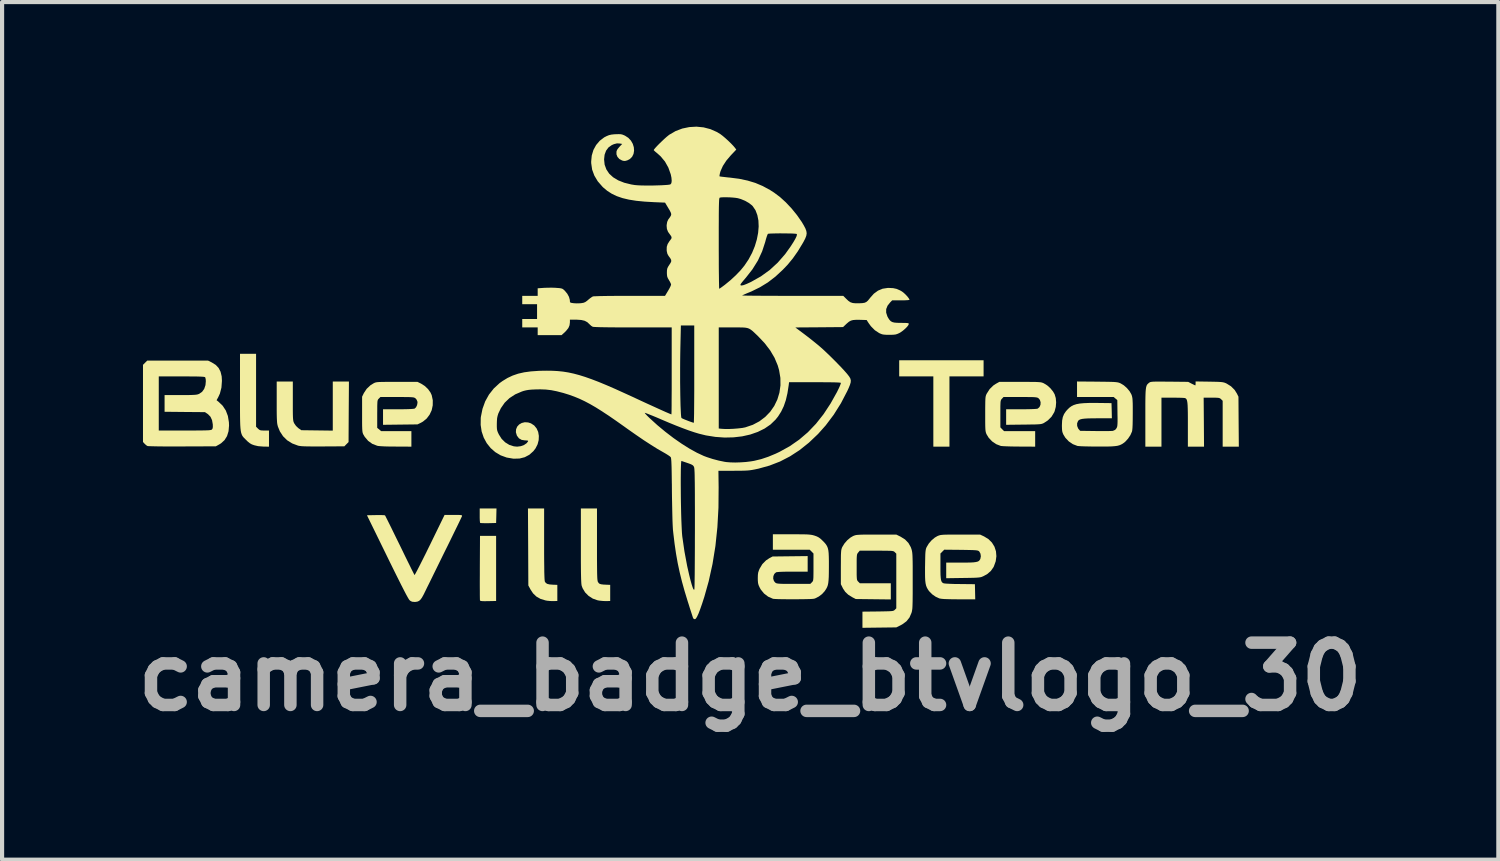
<source format=kicad_pcb>
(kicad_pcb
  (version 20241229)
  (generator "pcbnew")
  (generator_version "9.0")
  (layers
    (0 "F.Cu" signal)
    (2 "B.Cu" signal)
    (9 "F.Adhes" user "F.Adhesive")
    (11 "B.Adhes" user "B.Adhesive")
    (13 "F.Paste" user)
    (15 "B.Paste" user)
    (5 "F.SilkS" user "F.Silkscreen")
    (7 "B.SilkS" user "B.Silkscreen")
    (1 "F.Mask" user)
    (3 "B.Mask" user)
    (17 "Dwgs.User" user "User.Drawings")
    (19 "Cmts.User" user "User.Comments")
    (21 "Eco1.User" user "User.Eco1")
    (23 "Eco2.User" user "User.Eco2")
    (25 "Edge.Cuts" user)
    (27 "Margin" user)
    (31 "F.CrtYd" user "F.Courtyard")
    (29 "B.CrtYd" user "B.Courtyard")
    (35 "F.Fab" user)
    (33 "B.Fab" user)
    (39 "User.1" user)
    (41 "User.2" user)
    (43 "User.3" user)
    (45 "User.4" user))
  (footprint "camera_badge_btvlogo_30"
    (layer "F.Cu")
    (at 13.714 6.246)
    (property "Reference" "camera_badge_btvlogo_30" (at 1.3 7 0) (layer "F.Fab") (effects (font (size 1.5 1.5) (thickness 0.3))))
    (attr board_only exclude_from_pos_files exclude_from_bom)
    (fp_poly (pts (xy -4.813 3.123) (xy -4.818 3.297) (xy -5.005 3.302) (xy -5.078 3.302) (xy -5.14 3.301) (xy -5.183 3.299) (xy -5.203 3.295) (xy -5.203 3.295) (xy -5.207 3.276) (xy -5.211 3.233) (xy -5.213 3.172) (xy -5.213 3.116) (xy -5.213 2.948) (xy -5.011 2.948) (xy -4.809 2.948)) (stroke (width 0) (type solid)) (fill yes) (layer "F.SilkS"))
    (fp_poly (pts (xy 6.92 -0.427) (xy 6.92 -0.233) (xy 6.509 -0.233) (xy 6.098 -0.233) (xy 6.098 0.613) (xy 6.098 1.459) (xy 5.904 1.459) (xy 5.71 1.459) (xy 5.71 0.613) (xy 5.71 -0.233) (xy 5.299 -0.233) (xy 4.888 -0.233) (xy 4.888 -0.427) (xy 4.888 -0.621) (xy 5.904 -0.621) (xy 6.92 -0.621)) (stroke (width 0) (type solid)) (fill yes) (layer "F.SilkS"))
    (fp_poly (pts (xy -4.818 4.391) (xy -4.818 5.175) (xy -5.008 5.179) (xy -5.094 5.18) (xy -5.152 5.179) (xy -5.188 5.174) (xy -5.204 5.166) (xy -5.206 5.163) (xy -5.208 5.144) (xy -5.209 5.097) (xy -5.21 5.026) (xy -5.21 4.932) (xy -5.211 4.819) (xy -5.211 4.691) (xy -5.21 4.55) (xy -5.21 4.399) (xy -5.21 4.376) (xy -5.206 3.608) (xy -5.012 3.608) (xy -4.818 3.608)) (stroke (width 0) (type solid)) (fill yes) (layer "F.SilkS"))
    (fp_poly (pts (xy -3.662 3.808) (xy -3.662 4.02) (xy -3.661 4.201) (xy -3.659 4.353) (xy -3.658 4.477) (xy -3.655 4.573) (xy -3.652 4.643) (xy -3.648 4.688) (xy -3.645 4.707) (xy -3.621 4.741) (xy -3.585 4.764) (xy -3.529 4.777) (xy -3.452 4.783) (xy -3.344 4.787) (xy -3.344 4.981) (xy -3.344 5.175) (xy -3.445 5.178) (xy -3.515 5.176) (xy -3.589 5.169) (xy -3.631 5.161) (xy -3.751 5.124) (xy -3.849 5.068) (xy -3.928 4.992) (xy -3.989 4.9) (xy -4.042 4.802) (xy -4.046 3.875) (xy -4.051 2.948) (xy -3.856 2.948) (xy -3.662 2.948)) (stroke (width 0) (type solid)) (fill yes) (layer "F.SilkS"))
    (fp_poly (pts (xy -10.598 0.102) (xy -10.598 0.98) (xy -10.552 1.025) (xy -10.525 1.049) (xy -10.499 1.063) (xy -10.462 1.069) (xy -10.406 1.071) (xy -10.397 1.071) (xy -10.287 1.071) (xy -10.287 1.265) (xy -10.287 1.459) (xy -10.415 1.458) (xy -10.549 1.447) (xy -10.643 1.425) (xy -10.701 1.404) (xy -10.748 1.377) (xy -10.797 1.338) (xy -10.839 1.297) (xy -10.868 1.268) (xy -10.893 1.243) (xy -10.914 1.218) (xy -10.932 1.191) (xy -10.946 1.159) (xy -10.958 1.121) (xy -10.967 1.073) (xy -10.974 1.013) (xy -10.979 0.939) (xy -10.982 0.848) (xy -10.984 0.738) (xy -10.985 0.606) (xy -10.985 0.449) (xy -10.985 0.266) (xy -10.985 0.129) (xy -10.985 -0.776) (xy -10.792 -0.776) (xy -10.598 -0.776)) (stroke (width 0) (type solid)) (fill yes) (layer "F.SilkS"))
    (fp_poly (pts (xy -2.389 3.81) (xy -2.389 3.999) (xy -2.389 4.159) (xy -2.388 4.294) (xy -2.387 4.404) (xy -2.386 4.493) (xy -2.384 4.564) (xy -2.382 4.618) (xy -2.379 4.658) (xy -2.375 4.686) (xy -2.371 4.706) (xy -2.366 4.717) (xy -2.348 4.744) (xy -2.325 4.762) (xy -2.289 4.773) (xy -2.233 4.78) (xy -2.172 4.783) (xy -2.071 4.787) (xy -2.071 4.981) (xy -2.071 5.175) (xy -2.172 5.178) (xy -2.246 5.175) (xy -2.327 5.167) (xy -2.373 5.159) (xy -2.488 5.119) (xy -2.59 5.054) (xy -2.674 4.97) (xy -2.735 4.869) (xy -2.756 4.813) (xy -2.761 4.792) (xy -2.765 4.759) (xy -2.768 4.714) (xy -2.771 4.653) (xy -2.773 4.575) (xy -2.775 4.476) (xy -2.776 4.356) (xy -2.777 4.211) (xy -2.777 4.04) (xy -2.777 3.846) (xy -2.777 2.948) (xy -2.583 2.948) (xy -2.389 2.948)) (stroke (width 0) (type solid)) (fill yes) (layer "F.SilkS"))
    (fp_poly (pts (xy -9.713 0.361) (xy -9.713 0.495) (xy -9.713 0.601) (xy -9.712 0.683) (xy -9.71 0.746) (xy -9.707 0.793) (xy -9.703 0.828) (xy -9.698 0.854) (xy -9.69 0.875) (xy -9.681 0.895) (xy -9.678 0.9) (xy -9.637 0.959) (xy -9.583 1.011) (xy -9.576 1.016) (xy -9.509 1.063) (xy -9.13 1.068) (xy -8.751 1.073) (xy -8.751 0.482) (xy -8.751 -0.109) (xy -8.557 -0.109) (xy -8.362 -0.109) (xy -8.367 0.62) (xy -8.371 1.349) (xy -8.422 1.4) (xy -8.472 1.451) (xy -8.988 1.454) (xy -9.139 1.455) (xy -9.262 1.454) (xy -9.36 1.453) (xy -9.437 1.451) (xy -9.497 1.448) (xy -9.542 1.443) (xy -9.575 1.437) (xy -9.585 1.435) (xy -9.727 1.382) (xy -9.849 1.306) (xy -9.948 1.209) (xy -10.025 1.091) (xy -10.072 0.976) (xy -10.08 0.946) (xy -10.087 0.915) (xy -10.092 0.877) (xy -10.095 0.83) (xy -10.098 0.769) (xy -10.1 0.691) (xy -10.101 0.591) (xy -10.101 0.466) (xy -10.101 0.387) (xy -10.101 -0.109) (xy -9.907 -0.109) (xy -9.713 -0.109)) (stroke (width 0) (type solid)) (fill yes) (layer "F.SilkS"))
    (fp_poly (pts (xy -5.76 3.103) (xy -5.701 3.104) (xy -5.664 3.107) (xy -5.645 3.112) (xy -5.638 3.12) (xy -5.639 3.131) (xy -5.64 3.134) (xy -5.649 3.153) (xy -5.67 3.198) (xy -5.702 3.265) (xy -5.744 3.352) (xy -5.795 3.456) (xy -5.853 3.575) (xy -5.917 3.706) (xy -5.986 3.847) (xy -6.031 3.937) (xy -6.106 4.089) (xy -6.18 4.24) (xy -6.251 4.385) (xy -6.318 4.521) (xy -6.379 4.646) (xy -6.432 4.754) (xy -6.476 4.842) (xy -6.508 4.908) (xy -6.517 4.926) (xy -6.564 5.022) (xy -6.603 5.092) (xy -6.638 5.141) (xy -6.672 5.172) (xy -6.709 5.189) (xy -6.752 5.197) (xy -6.787 5.198) (xy -6.841 5.193) (xy -6.882 5.173) (xy -6.903 5.155) (xy -6.92 5.132) (xy -6.949 5.083) (xy -6.99 5.008) (xy -7.043 4.906) (xy -7.109 4.777) (xy -7.187 4.621) (xy -7.278 4.438) (xy -7.382 4.227) (xy -7.438 4.112) (xy -7.928 3.111) (xy -7.716 3.107) (xy -7.638 3.106) (xy -7.571 3.107) (xy -7.521 3.109) (xy -7.495 3.113) (xy -7.493 3.114) (xy -7.484 3.13) (xy -7.463 3.172) (xy -7.431 3.235) (xy -7.389 3.319) (xy -7.339 3.42) (xy -7.283 3.535) (xy -7.221 3.662) (xy -7.154 3.798) (xy -7.137 3.832) (xy -7.07 3.97) (xy -7.007 4.1) (xy -6.949 4.218) (xy -6.897 4.323) (xy -6.854 4.411) (xy -6.819 4.48) (xy -6.796 4.526) (xy -6.784 4.549) (xy -6.783 4.55) (xy -6.774 4.539) (xy -6.753 4.502) (xy -6.721 4.443) (xy -6.68 4.363) (xy -6.63 4.265) (xy -6.573 4.152) (xy -6.51 4.026) (xy -6.444 3.891) (xy -6.415 3.833) (xy -6.059 3.103) (xy -5.845 3.103)) (stroke (width 0) (type solid)) (fill yes) (layer "F.SilkS"))
    (fp_poly (pts (xy 12.355 -0.106) (xy 12.465 -0.104) (xy 12.548 -0.102) (xy 12.611 -0.099) (xy 12.658 -0.095) (xy 12.693 -0.089) (xy 12.723 -0.081) (xy 12.751 -0.07) (xy 12.772 -0.06) (xy 12.878 0.006) (xy 12.965 0.093) (xy 13.019 0.179) (xy 13.057 0.256) (xy 13.061 0.857) (xy 13.066 1.459) (xy 12.871 1.459) (xy 12.677 1.459) (xy 12.677 0.907) (xy 12.677 0.355) (xy 12.639 0.317) (xy 12.621 0.301) (xy 12.602 0.291) (xy 12.575 0.284) (xy 12.534 0.281) (xy 12.473 0.279) (xy 12.41 0.279) (xy 12.219 0.279) (xy 12.224 0.869) (xy 12.228 1.459) (xy 12.034 1.459) (xy 11.839 1.459) (xy 11.839 0.922) (xy 11.839 0.769) (xy 11.838 0.643) (xy 11.836 0.542) (xy 11.833 0.463) (xy 11.828 0.404) (xy 11.821 0.361) (xy 11.812 0.33) (xy 11.801 0.31) (xy 11.786 0.297) (xy 11.768 0.289) (xy 11.745 0.286) (xy 11.696 0.283) (xy 11.628 0.281) (xy 11.545 0.28) (xy 11.473 0.279) (xy 11.203 0.279) (xy 11.203 0.869) (xy 11.203 1.459) (xy 11.009 1.459) (xy 10.815 1.459) (xy 10.815 0.76) (xy 10.815 0.586) (xy 10.815 0.44) (xy 10.816 0.32) (xy 10.818 0.222) (xy 10.821 0.144) (xy 10.826 0.084) (xy 10.832 0.038) (xy 10.841 0.003) (xy 10.851 -0.023) (xy 10.865 -0.043) (xy 10.881 -0.059) (xy 10.9 -0.075) (xy 10.901 -0.076) (xy 10.915 -0.086) (xy 10.929 -0.094) (xy 10.948 -0.099) (xy 10.975 -0.103) (xy 11.015 -0.106) (xy 11.069 -0.107) (xy 11.143 -0.108) (xy 11.24 -0.107) (xy 11.364 -0.106) (xy 11.396 -0.106) (xy 11.847 -0.101) (xy 11.929 -0.058) (xy 11.974 -0.036) (xy 12.007 -0.02) (xy 12.019 -0.016) (xy 12.023 -0.029) (xy 12.025 -0.062) (xy 12.025 -0.063) (xy 12.025 -0.111)) (stroke (width 0) (type solid)) (fill yes) (layer "F.SilkS"))
    (fp_poly (pts (xy -6.622 -0.057) (xy -6.536 -0.002) (xy -6.459 0.071) (xy -6.399 0.154) (xy -6.369 0.219) (xy -6.343 0.341) (xy -6.344 0.463) (xy -6.369 0.581) (xy -6.419 0.688) (xy -6.489 0.781) (xy -6.579 0.855) (xy -6.622 0.88) (xy -6.711 0.923) (xy -7.126 0.928) (xy -7.541 0.933) (xy -7.541 0.746) (xy -7.541 0.559) (xy -7.175 0.559) (xy -7.045 0.558) (xy -6.938 0.556) (xy -6.856 0.552) (xy -6.802 0.547) (xy -6.778 0.542) (xy -6.745 0.509) (xy -6.721 0.458) (xy -6.711 0.401) (xy -6.713 0.373) (xy -6.732 0.328) (xy -6.761 0.294) (xy -6.775 0.285) (xy -6.792 0.278) (xy -6.815 0.272) (xy -6.85 0.269) (xy -6.899 0.266) (xy -6.967 0.265) (xy -7.058 0.264) (xy -7.174 0.264) (xy -7.202 0.264) (xy -7.604 0.264) (xy -7.642 0.302) (xy -7.655 0.315) (xy -7.664 0.329) (xy -7.671 0.348) (xy -7.676 0.377) (xy -7.678 0.419) (xy -7.68 0.479) (xy -7.68 0.561) (xy -7.681 0.67) (xy -7.681 0.673) (xy -7.681 1.006) (xy -7.633 1.046) (xy -7.585 1.086) (xy -7.222 1.086) (xy -6.858 1.086) (xy -6.858 1.272) (xy -6.858 1.459) (xy -7.234 1.457) (xy -7.383 1.456) (xy -7.503 1.453) (xy -7.596 1.448) (xy -7.659 1.442) (xy -7.682 1.437) (xy -7.8 1.391) (xy -7.9 1.319) (xy -7.981 1.223) (xy -8.011 1.173) (xy -8.021 1.153) (xy -8.029 1.132) (xy -8.035 1.107) (xy -8.039 1.073) (xy -8.042 1.027) (xy -8.044 0.964) (xy -8.045 0.881) (xy -8.045 0.774) (xy -8.045 0.683) (xy -8.045 0.256) (xy -8.002 0.168) (xy -7.935 0.067) (xy -7.844 -0.019) (xy -7.77 -0.065) (xy -7.751 -0.075) (xy -7.732 -0.083) (xy -7.709 -0.089) (xy -7.679 -0.094) (xy -7.638 -0.097) (xy -7.583 -0.099) (xy -7.51 -0.1) (xy -7.415 -0.101) (xy -7.295 -0.101) (xy -7.207 -0.101) (xy -6.711 -0.101)) (stroke (width 0) (type solid)) (fill yes) (layer "F.SilkS"))
    (fp_poly (pts (xy -11.665 -0.569) (xy -11.57 -0.51) (xy -11.5 -0.436) (xy -11.453 -0.345) (xy -11.426 -0.233) (xy -11.42 -0.125) (xy -11.432 0.037) (xy -11.469 0.181) (xy -11.508 0.266) (xy -11.549 0.341) (xy -11.504 0.376) (xy -11.403 0.473) (xy -11.327 0.588) (xy -11.277 0.72) (xy -11.252 0.871) (xy -11.249 0.952) (xy -11.261 1.088) (xy -11.297 1.204) (xy -11.357 1.301) (xy -11.441 1.378) (xy -11.484 1.405) (xy -11.567 1.451) (xy -12.374 1.454) (xy -12.53 1.454) (xy -12.678 1.454) (xy -12.813 1.454) (xy -12.934 1.453) (xy -13.037 1.451) (xy -13.119 1.449) (xy -13.177 1.447) (xy -13.208 1.445) (xy -13.212 1.444) (xy -13.244 1.424) (xy -13.279 1.392) (xy -13.282 1.389) (xy -13.321 1.347) (xy -13.321 0.418) (xy -13.321 -0.233) (xy -12.941 -0.233) (xy -12.941 0.419) (xy -12.941 1.071) (xy -12.313 1.071) (xy -12.156 1.071) (xy -12.027 1.07) (xy -11.923 1.069) (xy -11.841 1.068) (xy -11.779 1.066) (xy -11.734 1.064) (xy -11.702 1.06) (xy -11.681 1.056) (xy -11.667 1.05) (xy -11.66 1.045) (xy -11.645 1.021) (xy -11.639 0.985) (xy -11.64 0.928) (xy -11.64 0.924) (xy -11.658 0.821) (xy -11.696 0.739) (xy -11.755 0.678) (xy -11.766 0.67) (xy -11.829 0.628) (xy -12.315 0.624) (xy -12.801 0.619) (xy -12.801 0.418) (xy -12.801 0.217) (xy -12.417 0.217) (xy -12.295 0.217) (xy -12.2 0.216) (xy -12.128 0.214) (xy -12.074 0.211) (xy -12.035 0.207) (xy -12.005 0.201) (xy -11.98 0.192) (xy -11.969 0.188) (xy -11.898 0.139) (xy -11.847 0.068) (xy -11.816 -0.024) (xy -11.808 -0.116) (xy -11.811 -0.165) (xy -11.82 -0.203) (xy -11.826 -0.214) (xy -11.841 -0.219) (xy -11.873 -0.224) (xy -11.926 -0.227) (xy -12.001 -0.23) (xy -12.1 -0.231) (xy -12.227 -0.232) (xy -12.382 -0.233) (xy -12.393 -0.233) (xy -12.941 -0.233) (xy -13.321 -0.233) (xy -13.321 -0.511) (xy -13.27 -0.562) (xy -13.219 -0.613) (xy -12.486 -0.613) (xy -11.754 -0.613)) (stroke (width 0) (type solid)) (fill yes) (layer "F.SilkS"))
    (fp_poly (pts (xy 7.934 -0.101) (xy 8.044 -0.1) (xy 8.131 -0.1) (xy 8.197 -0.098) (xy 8.247 -0.095) (xy 8.285 -0.092) (xy 8.314 -0.087) (xy 8.337 -0.08) (xy 8.36 -0.071) (xy 8.374 -0.064) (xy 8.452 -0.016) (xy 8.528 0.052) (xy 8.593 0.132) (xy 8.631 0.198) (xy 8.658 0.289) (xy 8.667 0.394) (xy 8.658 0.503) (xy 8.631 0.605) (xy 8.62 0.632) (xy 8.556 0.738) (xy 8.467 0.827) (xy 8.376 0.887) (xy 8.355 0.898) (xy 8.334 0.906) (xy 8.308 0.913) (xy 8.274 0.918) (xy 8.228 0.921) (xy 8.166 0.924) (xy 8.083 0.925) (xy 7.976 0.927) (xy 7.886 0.928) (xy 7.463 0.933) (xy 7.463 0.746) (xy 7.463 0.559) (xy 7.829 0.559) (xy 7.949 0.558) (xy 8.052 0.556) (xy 8.134 0.553) (xy 8.192 0.549) (xy 8.222 0.544) (xy 8.224 0.543) (xy 8.267 0.504) (xy 8.29 0.45) (xy 8.293 0.39) (xy 8.276 0.334) (xy 8.244 0.295) (xy 8.23 0.286) (xy 8.214 0.278) (xy 8.191 0.273) (xy 8.158 0.269) (xy 8.111 0.266) (xy 8.046 0.265) (xy 7.958 0.264) (xy 7.845 0.264) (xy 7.802 0.264) (xy 7.4 0.264) (xy 7.362 0.305) (xy 7.349 0.319) (xy 7.34 0.334) (xy 7.333 0.354) (xy 7.328 0.384) (xy 7.326 0.427) (xy 7.324 0.489) (xy 7.324 0.574) (xy 7.324 0.671) (xy 7.324 0.995) (xy 7.369 1.041) (xy 7.414 1.086) (xy 7.788 1.086) (xy 8.162 1.086) (xy 8.162 1.272) (xy 8.162 1.459) (xy 7.777 1.457) (xy 7.668 1.456) (xy 7.566 1.454) (xy 7.476 1.451) (xy 7.403 1.448) (xy 7.354 1.444) (xy 7.335 1.442) (xy 7.225 1.4) (xy 7.126 1.333) (xy 7.043 1.245) (xy 6.995 1.167) (xy 6.984 1.144) (xy 6.976 1.121) (xy 6.97 1.095) (xy 6.965 1.061) (xy 6.962 1.015) (xy 6.96 0.954) (xy 6.959 0.872) (xy 6.959 0.766) (xy 6.959 0.675) (xy 6.959 0.55) (xy 6.96 0.451) (xy 6.961 0.376) (xy 6.963 0.319) (xy 6.966 0.278) (xy 6.971 0.247) (xy 6.978 0.222) (xy 6.987 0.2) (xy 6.995 0.184) (xy 7.066 0.073) (xy 7.156 -0.015) (xy 7.217 -0.055) (xy 7.3 -0.101) (xy 7.797 -0.101)) (stroke (width 0) (type solid)) (fill yes) (layer "F.SilkS"))
    (fp_poly (pts (xy 2.427 3.569) (xy 2.532 3.57) (xy 2.614 3.571) (xy 2.678 3.573) (xy 2.728 3.577) (xy 2.768 3.582) (xy 2.802 3.588) (xy 2.835 3.597) (xy 2.849 3.601) (xy 2.907 3.622) (xy 2.954 3.647) (xy 3 3.682) (xy 3.05 3.73) (xy 3.092 3.773) (xy 3.124 3.812) (xy 3.149 3.852) (xy 3.168 3.898) (xy 3.181 3.952) (xy 3.189 4.02) (xy 3.193 4.107) (xy 3.195 4.215) (xy 3.195 4.35) (xy 3.195 4.359) (xy 3.194 4.49) (xy 3.192 4.594) (xy 3.187 4.676) (xy 3.18 4.742) (xy 3.169 4.795) (xy 3.153 4.84) (xy 3.131 4.882) (xy 3.103 4.925) (xy 3.092 4.941) (xy 3.03 5.009) (xy 2.952 5.068) (xy 2.868 5.111) (xy 2.84 5.12) (xy 2.81 5.124) (xy 2.754 5.128) (xy 2.678 5.13) (xy 2.585 5.132) (xy 2.481 5.133) (xy 2.371 5.134) (xy 2.26 5.134) (xy 2.153 5.133) (xy 2.054 5.132) (xy 1.969 5.13) (xy 1.902 5.127) (xy 1.859 5.124) (xy 1.846 5.121) (xy 1.732 5.071) (xy 1.633 4.995) (xy 1.554 4.898) (xy 1.523 4.841) (xy 1.501 4.79) (xy 1.489 4.742) (xy 1.484 4.685) (xy 1.483 4.624) (xy 1.485 4.549) (xy 1.492 4.493) (xy 1.508 4.443) (xy 1.526 4.399) (xy 1.593 4.287) (xy 1.682 4.197) (xy 1.761 4.145) (xy 1.839 4.104) (xy 2.261 4.099) (xy 2.684 4.094) (xy 2.684 4.282) (xy 2.684 4.469) (xy 2.319 4.469) (xy 2.198 4.469) (xy 2.095 4.471) (xy 2.014 4.474) (xy 1.956 4.479) (xy 1.925 4.484) (xy 1.923 4.485) (xy 1.881 4.523) (xy 1.858 4.577) (xy 1.854 4.637) (xy 1.872 4.694) (xy 1.903 4.732) (xy 1.917 4.741) (xy 1.933 4.749) (xy 1.956 4.754) (xy 1.989 4.758) (xy 2.036 4.761) (xy 2.102 4.763) (xy 2.189 4.763) (xy 2.302 4.763) (xy 2.346 4.763) (xy 2.748 4.763) (xy 2.786 4.725) (xy 2.798 4.712) (xy 2.808 4.698) (xy 2.815 4.679) (xy 2.819 4.65) (xy 2.822 4.607) (xy 2.823 4.547) (xy 2.824 4.463) (xy 2.824 4.36) (xy 2.824 4.032) (xy 2.779 3.986) (xy 2.733 3.941) (xy 2.29 3.941) (xy 1.846 3.941) (xy 1.846 3.755) (xy 1.846 3.569) (xy 2.295 3.569)) (stroke (width 0) (type solid)) (fill yes) (layer "F.SilkS"))
    (fp_poly (pts (xy 6.932 3.621) (xy 7.038 3.686) (xy 7.121 3.769) (xy 7.182 3.868) (xy 7.218 3.979) (xy 7.228 4.097) (xy 7.212 4.219) (xy 7.168 4.341) (xy 7.156 4.365) (xy 7.093 4.454) (xy 7.009 4.526) (xy 6.921 4.575) (xy 6.894 4.587) (xy 6.869 4.597) (xy 6.841 4.604) (xy 6.806 4.609) (xy 6.76 4.613) (xy 6.699 4.616) (xy 6.618 4.618) (xy 6.513 4.62) (xy 6.428 4.621) (xy 6.02 4.627) (xy 6.02 4.439) (xy 6.02 4.251) (xy 6.37 4.251) (xy 6.499 4.251) (xy 6.6 4.249) (xy 6.678 4.245) (xy 6.736 4.237) (xy 6.777 4.227) (xy 6.806 4.212) (xy 6.825 4.191) (xy 6.84 4.166) (xy 6.842 4.161) (xy 6.854 4.099) (xy 6.845 4.036) (xy 6.817 3.985) (xy 6.81 3.978) (xy 6.798 3.969) (xy 6.781 3.962) (xy 6.757 3.957) (xy 6.72 3.953) (xy 6.668 3.95) (xy 6.596 3.948) (xy 6.5 3.946) (xy 6.378 3.944) (xy 6.375 3.944) (xy 5.973 3.94) (xy 5.927 3.986) (xy 5.881 4.032) (xy 5.881 4.343) (xy 5.881 4.461) (xy 5.883 4.552) (xy 5.888 4.62) (xy 5.895 4.669) (xy 5.906 4.703) (xy 5.921 4.726) (xy 5.941 4.742) (xy 5.948 4.746) (xy 5.976 4.753) (xy 6.033 4.758) (xy 6.117 4.762) (xy 6.225 4.766) (xy 6.346 4.767) (xy 6.711 4.771) (xy 6.715 4.954) (xy 6.719 5.136) (xy 6.319 5.135) (xy 6.174 5.134) (xy 6.057 5.131) (xy 5.967 5.128) (xy 5.903 5.122) (xy 5.862 5.115) (xy 5.856 5.114) (xy 5.768 5.074) (xy 5.683 5.015) (xy 5.613 4.944) (xy 5.602 4.931) (xy 5.574 4.889) (xy 5.552 4.848) (xy 5.535 4.803) (xy 5.523 4.749) (xy 5.515 4.683) (xy 5.511 4.6) (xy 5.51 4.495) (xy 5.51 4.365) (xy 5.511 4.325) (xy 5.513 4.206) (xy 5.515 4.113) (xy 5.517 4.043) (xy 5.521 3.99) (xy 5.526 3.951) (xy 5.532 3.921) (xy 5.541 3.895) (xy 5.55 3.876) (xy 5.599 3.794) (xy 5.667 3.715) (xy 5.744 3.65) (xy 5.807 3.613) (xy 5.831 3.603) (xy 5.854 3.595) (xy 5.88 3.588) (xy 5.912 3.584) (xy 5.956 3.58) (xy 6.013 3.578) (xy 6.089 3.577) (xy 6.187 3.577) (xy 6.31 3.576) (xy 6.362 3.576) (xy 6.835 3.576)) (stroke (width 0) (type solid)) (fill yes) (layer "F.SilkS"))
    (fp_poly (pts (xy 9.655 -0.106) (xy 9.791 -0.104) (xy 9.899 -0.103) (xy 9.984 -0.101) (xy 10.05 -0.099) (xy 10.099 -0.095) (xy 10.136 -0.091) (xy 10.165 -0.085) (xy 10.188 -0.078) (xy 10.211 -0.068) (xy 10.221 -0.064) (xy 10.298 -0.017) (xy 10.373 0.05) (xy 10.437 0.127) (xy 10.481 0.205) (xy 10.482 0.21) (xy 10.492 0.237) (xy 10.499 0.268) (xy 10.505 0.305) (xy 10.508 0.354) (xy 10.511 0.418) (xy 10.512 0.503) (xy 10.512 0.613) (xy 10.512 0.659) (xy 10.511 0.804) (xy 10.509 0.919) (xy 10.505 1.006) (xy 10.499 1.067) (xy 10.493 1.096) (xy 10.455 1.182) (xy 10.398 1.267) (xy 10.331 1.34) (xy 10.306 1.361) (xy 10.268 1.388) (xy 10.23 1.409) (xy 10.189 1.426) (xy 10.14 1.439) (xy 10.08 1.447) (xy 10.004 1.453) (xy 9.909 1.456) (xy 9.79 1.457) (xy 9.66 1.457) (xy 9.546 1.456) (xy 9.439 1.454) (xy 9.344 1.452) (xy 9.266 1.449) (xy 9.21 1.445) (xy 9.181 1.442) (xy 9.071 1.4) (xy 8.972 1.333) (xy 8.889 1.245) (xy 8.841 1.167) (xy 8.824 1.127) (xy 8.813 1.086) (xy 8.808 1.036) (xy 8.806 0.967) (xy 8.806 0.939) (xy 8.811 0.833) (xy 8.827 0.748) (xy 8.857 0.675) (xy 8.903 0.607) (xy 8.936 0.57) (xy 8.982 0.524) (xy 9.032 0.487) (xy 9.088 0.458) (xy 9.155 0.436) (xy 9.236 0.421) (xy 9.334 0.412) (xy 9.454 0.407) (xy 9.6 0.406) (xy 9.675 0.407) (xy 10 0.411) (xy 10.005 0.593) (xy 10.009 0.776) (xy 9.671 0.776) (xy 9.539 0.777) (xy 9.435 0.779) (xy 9.354 0.784) (xy 9.294 0.791) (xy 9.25 0.802) (xy 9.22 0.816) (xy 9.199 0.835) (xy 9.194 0.842) (xy 9.172 0.897) (xy 9.173 0.96) (xy 9.196 1.019) (xy 9.207 1.035) (xy 9.245 1.078) (xy 9.615 1.083) (xy 9.722 1.084) (xy 9.821 1.084) (xy 9.908 1.084) (xy 9.976 1.082) (xy 10.022 1.08) (xy 10.036 1.078) (xy 10.088 1.055) (xy 10.118 1.019) (xy 10.128 1) (xy 10.136 0.979) (xy 10.141 0.95) (xy 10.144 0.91) (xy 10.146 0.853) (xy 10.146 0.776) (xy 10.144 0.672) (xy 10.144 0.654) (xy 10.14 0.339) (xy 10.096 0.301) (xy 10.053 0.264) (xy 9.611 0.264) (xy 9.17 0.264) (xy 9.17 0.077) (xy 9.17 -0.11)) (stroke (width 0) (type solid)) (fill yes) (layer "F.SilkS"))
    (fp_poly (pts (xy 4.922 3.627) (xy 5.029 3.694) (xy 5.11 3.778) (xy 5.167 3.879) (xy 5.182 3.922) (xy 5.19 3.948) (xy 5.196 3.975) (xy 5.201 4.005) (xy 5.205 4.043) (xy 5.208 4.092) (xy 5.21 4.154) (xy 5.212 4.232) (xy 5.213 4.331) (xy 5.213 4.452) (xy 5.213 4.599) (xy 5.213 4.694) (xy 5.213 4.857) (xy 5.213 4.992) (xy 5.212 5.103) (xy 5.211 5.192) (xy 5.209 5.263) (xy 5.207 5.318) (xy 5.204 5.362) (xy 5.199 5.396) (xy 5.194 5.425) (xy 5.187 5.451) (xy 5.182 5.466) (xy 5.135 5.574) (xy 5.063 5.664) (xy 4.965 5.736) (xy 4.922 5.76) (xy 4.819 5.811) (xy 4.411 5.816) (xy 4.003 5.821) (xy 4.003 5.627) (xy 4.003 5.432) (xy 4.375 5.428) (xy 4.492 5.426) (xy 4.582 5.424) (xy 4.649 5.422) (xy 4.697 5.419) (xy 4.73 5.415) (xy 4.752 5.409) (xy 4.767 5.401) (xy 4.779 5.391) (xy 4.782 5.388) (xy 4.818 5.352) (xy 4.818 4.694) (xy 4.818 4.035) (xy 4.782 4) (xy 4.771 3.989) (xy 4.758 3.981) (xy 4.74 3.975) (xy 4.713 3.97) (xy 4.673 3.967) (xy 4.616 3.966) (xy 4.538 3.965) (xy 4.437 3.964) (xy 4.343 3.964) (xy 3.938 3.964) (xy 3.901 4.008) (xy 3.888 4.024) (xy 3.879 4.04) (xy 3.872 4.062) (xy 3.868 4.093) (xy 3.865 4.139) (xy 3.864 4.204) (xy 3.864 4.293) (xy 3.864 4.362) (xy 3.864 4.467) (xy 3.864 4.546) (xy 3.866 4.603) (xy 3.869 4.642) (xy 3.874 4.669) (xy 3.882 4.686) (xy 3.892 4.7) (xy 3.902 4.71) (xy 3.94 4.748) (xy 4.313 4.748) (xy 4.686 4.748) (xy 4.686 4.943) (xy 4.686 5.138) (xy 4.263 5.133) (xy 3.84 5.128) (xy 3.759 5.085) (xy 3.662 5.025) (xy 3.589 4.956) (xy 3.534 4.874) (xy 3.527 4.859) (xy 3.483 4.771) (xy 3.483 4.36) (xy 3.484 4.236) (xy 3.484 4.138) (xy 3.485 4.063) (xy 3.488 4.007) (xy 3.491 3.965) (xy 3.497 3.934) (xy 3.504 3.908) (xy 3.513 3.885) (xy 3.517 3.876) (xy 3.567 3.794) (xy 3.635 3.715) (xy 3.712 3.65) (xy 3.775 3.613) (xy 3.798 3.603) (xy 3.821 3.595) (xy 3.847 3.588) (xy 3.879 3.584) (xy 3.922 3.581) (xy 3.979 3.578) (xy 4.053 3.577) (xy 4.15 3.577) (xy 4.272 3.576) (xy 4.337 3.576) (xy 4.818 3.576)) (stroke (width 0) (type solid)) (fill yes) (layer "F.SilkS"))
    (fp_poly (pts (xy 0.178 -6.229) (xy 0.343 -6.186) (xy 0.499 -6.117) (xy 0.584 -6.065) (xy 0.639 -6.023) (xy 0.705 -5.967) (xy 0.774 -5.904) (xy 0.84 -5.84) (xy 0.895 -5.782) (xy 0.933 -5.737) (xy 0.933 -5.737) (xy 0.965 -5.694) (xy 0.835 -5.557) (xy 0.726 -5.429) (xy 0.643 -5.302) (xy 0.587 -5.178) (xy 0.573 -5.131) (xy 0.564 -5.087) (xy 0.56 -5.057) (xy 0.562 -5.05) (xy 0.579 -5.046) (xy 0.621 -5.04) (xy 0.684 -5.033) (xy 0.761 -5.024) (xy 0.808 -5.02) (xy 1.034 -4.991) (xy 1.237 -4.948) (xy 1.425 -4.891) (xy 1.602 -4.816) (xy 1.777 -4.721) (xy 1.874 -4.659) (xy 2.016 -4.553) (xy 2.159 -4.423) (xy 2.298 -4.275) (xy 2.427 -4.116) (xy 2.542 -3.951) (xy 2.59 -3.87) (xy 2.629 -3.796) (xy 2.652 -3.734) (xy 2.66 -3.678) (xy 2.651 -3.619) (xy 2.625 -3.552) (xy 2.582 -3.469) (xy 2.561 -3.433) (xy 2.445 -3.242) (xy 2.326 -3.073) (xy 2.199 -2.919) (xy 2.086 -2.801) (xy 1.907 -2.635) (xy 1.726 -2.496) (xy 1.535 -2.379) (xy 1.329 -2.278) (xy 1.278 -2.257) (xy 1.212 -2.23) (xy 1.157 -2.206) (xy 1.12 -2.189) (xy 1.106 -2.181) (xy 1.119 -2.18) (xy 1.162 -2.179) (xy 1.23 -2.177) (xy 1.323 -2.176) (xy 1.438 -2.175) (xy 1.572 -2.174) (xy 1.723 -2.173) (xy 1.889 -2.173) (xy 2.068 -2.172) (xy 2.256 -2.172) (xy 2.319 -2.172) (xy 3.541 -2.172) (xy 3.612 -2.101) (xy 3.665 -2.051) (xy 3.714 -2.018) (xy 3.768 -2) (xy 3.835 -1.993) (xy 3.921 -1.993) (xy 3.999 -1.997) (xy 4.055 -2.006) (xy 4.097 -2.025) (xy 4.134 -2.057) (xy 4.175 -2.107) (xy 4.186 -2.122) (xy 4.278 -2.225) (xy 4.378 -2.298) (xy 4.489 -2.344) (xy 4.613 -2.363) (xy 4.637 -2.363) (xy 4.741 -2.358) (xy 4.828 -2.339) (xy 4.91 -2.303) (xy 4.955 -2.277) (xy 4.997 -2.245) (xy 5.042 -2.203) (xy 5.085 -2.157) (xy 5.117 -2.115) (xy 5.135 -2.084) (xy 5.136 -2.077) (xy 5.121 -2.072) (xy 5.081 -2.068) (xy 5.022 -2.065) (xy 4.948 -2.064) (xy 4.928 -2.064) (xy 4.719 -2.064) (xy 4.671 -2.015) (xy 4.608 -1.936) (xy 4.575 -1.854) (xy 4.574 -1.768) (xy 4.603 -1.678) (xy 4.624 -1.639) (xy 4.654 -1.594) (xy 4.684 -1.563) (xy 4.72 -1.542) (xy 4.768 -1.529) (xy 4.835 -1.523) (xy 4.925 -1.521) (xy 4.954 -1.521) (xy 5.029 -1.52) (xy 5.078 -1.518) (xy 5.106 -1.513) (xy 5.118 -1.504) (xy 5.12 -1.497) (xy 5.108 -1.467) (xy 5.077 -1.426) (xy 5.031 -1.38) (xy 4.979 -1.335) (xy 4.925 -1.296) (xy 4.89 -1.276) (xy 4.845 -1.256) (xy 4.805 -1.243) (xy 4.759 -1.237) (xy 4.698 -1.234) (xy 4.647 -1.234) (xy 4.572 -1.235) (xy 4.517 -1.239) (xy 4.475 -1.247) (xy 4.434 -1.263) (xy 4.407 -1.275) (xy 4.302 -1.344) (xy 4.207 -1.44) (xy 4.153 -1.514) (xy 4.104 -1.59) (xy 3.937 -1.595) (xy 3.847 -1.595) (xy 3.779 -1.59) (xy 3.726 -1.576) (xy 3.679 -1.55) (xy 3.63 -1.509) (xy 3.603 -1.484) (xy 3.536 -1.42) (xy 2.961 -1.415) (xy 2.387 -1.411) (xy 2.601 -1.251) (xy 2.69 -1.183) (xy 2.786 -1.108) (xy 2.88 -1.032) (xy 2.962 -0.964) (xy 2.987 -0.943) (xy 3.07 -0.869) (xy 3.164 -0.78) (xy 3.264 -0.683) (xy 3.365 -0.582) (xy 3.461 -0.483) (xy 3.548 -0.391) (xy 3.618 -0.312) (xy 3.643 -0.282) (xy 3.684 -0.229) (xy 3.711 -0.183) (xy 3.723 -0.138) (xy 3.72 -0.089) (xy 3.702 -0.028) (xy 3.67 0.05) (xy 3.64 0.116) (xy 3.485 0.414) (xy 3.311 0.691) (xy 3.119 0.946) (xy 2.934 1.154) (xy 2.714 1.363) (xy 2.49 1.542) (xy 2.258 1.693) (xy 2.018 1.817) (xy 1.765 1.915) (xy 1.499 1.989) (xy 1.46 1.997) (xy 1.394 2.011) (xy 1.337 2.021) (xy 1.281 2.029) (xy 1.222 2.034) (xy 1.153 2.037) (xy 1.067 2.039) (xy 0.96 2.039) (xy 0.9 2.04) (xy 0.535 2.04) (xy 0.54 2.436) (xy 0.536 2.928) (xy 0.51 3.399) (xy 0.463 3.85) (xy 0.393 4.283) (xy 0.301 4.7) (xy 0.196 5.074) (xy 0.143 5.238) (xy 0.096 5.373) (xy 0.056 5.478) (xy 0.021 5.553) (xy -0.007 5.598) (xy -0.029 5.614) (xy -0.059 5.608) (xy -0.077 5.58) (xy -0.086 5.554) (xy -0.102 5.504) (xy -0.125 5.433) (xy -0.153 5.347) (xy -0.183 5.25) (xy -0.201 5.195) (xy -0.278 4.942) (xy -0.343 4.708) (xy -0.398 4.485) (xy -0.445 4.265) (xy -0.485 4.04) (xy -0.52 3.801) (xy -0.551 3.543) (xy -0.56 3.46) (xy -0.563 3.412) (xy -0.567 3.336) (xy -0.571 3.237) (xy -0.574 3.119) (xy -0.577 2.984) (xy -0.58 2.838) (xy -0.583 2.684) (xy -0.585 2.525) (xy -0.585 2.521) (xy -0.586 2.364) (xy -0.372 2.364) (xy -0.371 2.504) (xy -0.37 2.648) (xy -0.368 2.795) (xy -0.365 2.941) (xy -0.362 3.082) (xy -0.358 3.215) (xy -0.353 3.337) (xy -0.348 3.446) (xy -0.343 3.536) (xy -0.337 3.606) (xy -0.335 3.623) (xy -0.283 3.982) (xy -0.218 4.331) (xy -0.171 4.539) (xy -0.139 4.669) (xy -0.111 4.77) (xy -0.088 4.842) (xy -0.07 4.887) (xy -0.055 4.905) (xy -0.045 4.9) (xy -0.043 4.882) (xy -0.041 4.835) (xy -0.039 4.762) (xy -0.038 4.663) (xy -0.036 4.543) (xy -0.035 4.403) (xy -0.034 4.245) (xy -0.033 4.071) (xy -0.032 3.883) (xy -0.032 3.685) (xy -0.031 3.477) (xy -0.031 3.44) (xy -0.031 3.189) (xy -0.031 2.966) (xy -0.032 2.771) (xy -0.032 2.602) (xy -0.033 2.457) (xy -0.034 2.334) (xy -0.036 2.232) (xy -0.037 2.149) (xy -0.039 2.082) (xy -0.042 2.031) (xy -0.044 1.994) (xy -0.048 1.968) (xy -0.051 1.953) (xy -0.052 1.95) (xy -0.066 1.924) (xy -0.086 1.905) (xy -0.12 1.886) (xy -0.174 1.865) (xy -0.203 1.855) (xy -0.264 1.834) (xy -0.315 1.817) (xy -0.348 1.805) (xy -0.354 1.803) (xy -0.36 1.816) (xy -0.364 1.857) (xy -0.367 1.922) (xy -0.37 2.008) (xy -0.371 2.113) (xy -0.372 2.233) (xy -0.372 2.364) (xy -0.586 2.364) (xy -0.587 2.337) (xy -0.589 2.182) (xy -0.591 2.053) (xy -0.593 1.949) (xy -0.596 1.867) (xy -0.599 1.804) (xy -0.603 1.76) (xy -0.607 1.731) (xy -0.612 1.715) (xy -0.613 1.713) (xy -0.634 1.693) (xy -0.677 1.663) (xy -0.735 1.627) (xy -0.801 1.589) (xy -0.932 1.514) (xy -1.084 1.419) (xy -1.257 1.307) (xy -1.447 1.177) (xy -1.654 1.032) (xy -1.722 0.983) (xy -1.924 0.84) (xy -2.105 0.715) (xy -2.212 0.645) (xy -1.239 0.645) (xy -1.232 0.658) (xy -1.206 0.688) (xy -1.166 0.729) (xy -1.124 0.77) (xy -0.936 0.941) (xy -0.742 1.102) (xy -0.546 1.252) (xy -0.352 1.387) (xy -0.163 1.506) (xy 0.016 1.605) (xy 0.183 1.683) (xy 0.26 1.712) (xy 0.399 1.757) (xy 0.544 1.795) (xy 0.68 1.823) (xy 0.724 1.83) (xy 0.822 1.838) (xy 0.941 1.841) (xy 1.071 1.837) (xy 1.2 1.828) (xy 1.32 1.813) (xy 1.392 1.801) (xy 1.566 1.759) (xy 1.736 1.702) (xy 1.912 1.629) (xy 2.009 1.583) (xy 2.253 1.448) (xy 2.479 1.291) (xy 2.689 1.112) (xy 2.884 0.908) (xy 3.066 0.678) (xy 3.235 0.421) (xy 3.394 0.137) (xy 3.4 0.123) (xy 3.434 0.054) (xy 3.461 -0.006) (xy 3.478 -0.051) (xy 3.484 -0.075) (xy 3.484 -0.077) (xy 3.465 -0.082) (xy 3.415 -0.086) (xy 3.335 -0.089) (xy 3.223 -0.091) (xy 3.08 -0.092) (xy 2.907 -0.093) (xy 2.855 -0.093) (xy 2.236 -0.093) (xy 2.227 -0.019) (xy 2.197 0.173) (xy 2.158 0.34) (xy 2.108 0.486) (xy 2.046 0.615) (xy 1.971 0.733) (xy 1.91 0.809) (xy 1.79 0.925) (xy 1.647 1.023) (xy 1.483 1.104) (xy 1.302 1.167) (xy 1.107 1.211) (xy 0.899 1.235) (xy 0.683 1.24) (xy 0.46 1.224) (xy 0.234 1.188) (xy 0.067 1.147) (xy -0.049 1.112) (xy -0.177 1.069) (xy -0.304 1.022) (xy 0.543 1.022) (xy 0.609 1.029) (xy 0.692 1.034) (xy 0.793 1.034) (xy 0.903 1.029) (xy 1.011 1.02) (xy 1.108 1.009) (xy 1.184 0.994) (xy 1.186 0.993) (xy 1.363 0.933) (xy 1.522 0.849) (xy 1.662 0.743) (xy 1.782 0.619) (xy 1.879 0.479) (xy 1.954 0.324) (xy 2.004 0.159) (xy 2.029 -0.016) (xy 2.027 -0.197) (xy 1.996 -0.382) (xy 1.963 -0.497) (xy 1.886 -0.681) (xy 1.781 -0.859) (xy 1.648 -1.033) (xy 1.485 -1.205) (xy 1.463 -1.226) (xy 1.402 -1.284) (xy 1.354 -1.328) (xy 1.312 -1.36) (xy 1.273 -1.383) (xy 1.229 -1.398) (xy 1.177 -1.407) (xy 1.111 -1.411) (xy 1.026 -1.412) (xy 0.915 -1.412) (xy 0.888 -1.412) (xy 0.543 -1.412) (xy 0.543 -0.195) (xy 0.543 1.022) (xy -0.304 1.022) (xy -0.318 1.017) (xy -0.478 0.955) (xy -0.659 0.881) (xy -0.864 0.794) (xy -0.868 0.792) (xy -0.966 0.75) (xy -1.056 0.713) (xy -1.132 0.683) (xy -1.19 0.66) (xy -1.227 0.647) (xy -1.239 0.645) (xy -2.212 0.645) (xy -2.269 0.607) (xy -2.419 0.513) (xy -2.557 0.433) (xy -2.688 0.364) (xy -2.813 0.305) (xy -2.937 0.254) (xy -3.062 0.209) (xy -3.191 0.169) (xy -3.205 0.165) (xy -3.356 0.126) (xy -3.491 0.099) (xy -3.62 0.084) (xy -3.755 0.079) (xy -3.865 0.081) (xy -3.96 0.085) (xy -4.034 0.092) (xy -4.094 0.102) (xy -4.152 0.116) (xy -4.197 0.131) (xy -4.358 0.2) (xy -4.496 0.29) (xy -4.611 0.4) (xy -4.703 0.532) (xy -4.764 0.659) (xy -4.782 0.716) (xy -4.794 0.773) (xy -4.799 0.843) (xy -4.801 0.908) (xy -4.801 0.982) (xy -4.798 1.034) (xy -4.79 1.076) (xy -4.775 1.117) (xy -4.751 1.167) (xy -4.751 1.167) (xy -4.685 1.271) (xy -4.6 1.355) (xy -4.501 1.416) (xy -4.392 1.451) (xy -4.312 1.459) (xy -4.225 1.448) (xy -4.147 1.42) (xy -4.084 1.377) (xy -4.05 1.334) (xy -4.047 1.32) (xy -4.061 1.312) (xy -4.099 1.309) (xy -4.119 1.309) (xy -4.203 1.296) (xy -4.268 1.259) (xy -4.315 1.197) (xy -4.319 1.189) (xy -4.342 1.112) (xy -4.337 1.04) (xy -4.31 0.976) (xy -4.263 0.925) (xy -4.201 0.889) (xy -4.128 0.871) (xy -4.047 0.876) (xy -3.979 0.898) (xy -3.901 0.949) (xy -3.843 1.02) (xy -3.805 1.105) (xy -3.789 1.2) (xy -3.793 1.301) (xy -3.819 1.402) (xy -3.868 1.499) (xy -3.92 1.567) (xy -4.017 1.654) (xy -4.128 1.713) (xy -4.253 1.745) (xy -4.393 1.749) (xy -4.407 1.748) (xy -4.564 1.721) (xy -4.709 1.668) (xy -4.838 1.591) (xy -4.95 1.493) (xy -5.044 1.375) (xy -5.116 1.242) (xy -5.166 1.095) (xy -5.19 0.936) (xy -5.188 0.769) (xy -5.185 0.742) (xy -5.146 0.549) (xy -5.081 0.369) (xy -4.99 0.205) (xy -4.874 0.058) (xy -4.735 -0.07) (xy -4.664 -0.121) (xy -4.543 -0.195) (xy -4.419 -0.253) (xy -4.288 -0.298) (xy -4.143 -0.331) (xy -3.981 -0.353) (xy -3.795 -0.366) (xy -3.736 -0.368) (xy -3.595 -0.37) (xy -3.462 -0.368) (xy -3.334 -0.361) (xy -3.208 -0.348) (xy -3.081 -0.328) (xy -2.951 -0.3) (xy -2.816 -0.264) (xy -2.672 -0.219) (xy -2.516 -0.164) (xy -2.347 -0.099) (xy -2.161 -0.022) (xy -1.956 0.067) (xy -1.729 0.17) (xy -1.477 0.285) (xy -1.474 0.287) (xy -1.326 0.356) (xy -1.185 0.421) (xy -1.053 0.481) (xy -0.932 0.536) (xy -0.826 0.584) (xy -0.737 0.624) (xy -0.667 0.654) (xy -0.62 0.674) (xy -0.598 0.683) (xy -0.597 0.683) (xy -0.596 0.668) (xy -0.594 0.624) (xy -0.593 0.554) (xy -0.592 0.461) (xy -0.592 0.347) (xy -0.591 0.215) (xy -0.59 0.067) (xy -0.59 -0.095) (xy -0.59 -0.262) (xy -0.387 -0.262) (xy -0.387 -0.095) (xy -0.385 0.065) (xy -0.383 0.216) (xy -0.38 0.355) (xy -0.377 0.479) (xy -0.372 0.584) (xy -0.368 0.669) (xy -0.363 0.729) (xy -0.357 0.763) (xy -0.354 0.769) (xy -0.333 0.781) (xy -0.291 0.8) (xy -0.236 0.822) (xy -0.177 0.845) (xy -0.122 0.865) (xy -0.079 0.879) (xy -0.058 0.884) (xy -0.056 0.869) (xy -0.055 0.825) (xy -0.053 0.755) (xy -0.051 0.661) (xy -0.05 0.546) (xy -0.049 0.412) (xy -0.048 0.261) (xy -0.047 0.095) (xy -0.047 -0.082) (xy -0.047 -0.269) (xy -0.047 -0.287) (xy -0.047 -1.459) (xy -0.208 -1.459) (xy -0.369 -1.459) (xy -0.381 -0.935) (xy -0.384 -0.772) (xy -0.386 -0.603) (xy -0.387 -0.432) (xy -0.387 -0.262) (xy -0.59 -0.262) (xy -0.59 -0.267) (xy -0.59 -0.365) (xy -0.59 -1.412) (xy -1.52 -1.412) (xy -1.726 -1.412) (xy -1.91 -1.413) (xy -2.072 -1.414) (xy -2.209 -1.416) (xy -2.321 -1.418) (xy -2.406 -1.421) (xy -2.462 -1.424) (xy -2.49 -1.427) (xy -2.49 -1.427) (xy -2.528 -1.45) (xy -2.566 -1.485) (xy -2.569 -1.488) (xy -2.622 -1.538) (xy -2.686 -1.572) (xy -2.767 -1.591) (xy -2.871 -1.598) (xy -2.891 -1.598) (xy -3.041 -1.598) (xy -3.041 -1.536) (xy -3.05 -1.463) (xy -3.078 -1.397) (xy -3.131 -1.331) (xy -3.162 -1.299) (xy -3.242 -1.226) (xy -3.529 -1.226) (xy -3.817 -1.226) (xy -3.817 -1.319) (xy -3.817 -1.412) (xy -4.003 -1.412) (xy -4.189 -1.412) (xy -4.189 -1.513) (xy -4.189 -1.614) (xy -4.011 -1.614) (xy -3.832 -1.614) (xy -3.832 -1.792) (xy -3.832 -1.971) (xy -4.011 -1.971) (xy -4.189 -1.971) (xy -4.189 -2.071) (xy -4.189 -2.172) (xy -4.003 -2.172) (xy -3.817 -2.172) (xy -3.817 -2.263) (xy -3.817 -2.354) (xy -3.663 -2.365) (xy -3.574 -2.368) (xy -3.476 -2.369) (xy -3.386 -2.366) (xy -3.366 -2.364) (xy -3.298 -2.359) (xy -3.252 -2.352) (xy -3.221 -2.342) (xy -3.195 -2.324) (xy -3.166 -2.297) (xy -3.162 -2.293) (xy -3.104 -2.223) (xy -3.063 -2.147) (xy -3.043 -2.074) (xy -3.042 -2.054) (xy -3.04 -2.027) (xy -3.03 -2.011) (xy -3.005 -2.003) (xy -2.957 -1.996) (xy -2.951 -1.995) (xy -2.88 -1.991) (xy -2.803 -1.993) (xy -2.77 -1.996) (xy -2.715 -2.005) (xy -2.672 -2.022) (xy -2.629 -2.052) (xy -2.603 -2.075) (xy -2.557 -2.113) (xy -2.514 -2.143) (xy -2.488 -2.158) (xy -2.465 -2.161) (xy -2.413 -2.163) (xy -2.336 -2.166) (xy -2.235 -2.168) (xy -2.113 -2.17) (xy -1.973 -2.171) (xy -1.818 -2.172) (xy -1.649 -2.172) (xy -1.6 -2.172) (xy -0.751 -2.172) (xy -0.678 -2.293) (xy -0.645 -2.35) (xy -0.62 -2.4) (xy -0.607 -2.434) (xy -0.605 -2.443) (xy -0.613 -2.471) (xy -0.634 -2.514) (xy -0.656 -2.551) (xy -0.685 -2.601) (xy -0.7 -2.644) (xy -0.705 -2.695) (xy -0.706 -2.73) (xy -0.704 -2.789) (xy -0.696 -2.832) (xy -0.677 -2.873) (xy -0.647 -2.92) (xy -0.616 -2.968) (xy -0.601 -3.003) (xy -0.603 -3.036) (xy -0.622 -3.074) (xy -0.66 -3.126) (xy -0.665 -3.132) (xy -0.694 -3.184) (xy -0.709 -3.25) (xy -0.711 -3.273) (xy -0.709 -3.352) (xy -0.687 -3.421) (xy -0.678 -3.435) (xy 0.543 -3.435) (xy 0.543 -3.254) (xy 0.544 -3.083) (xy 0.544 -2.923) (xy 0.545 -2.777) (xy 0.547 -2.649) (xy 0.548 -2.539) (xy 0.55 -2.452) (xy 0.551 -2.388) (xy 0.553 -2.352) (xy 0.555 -2.343) (xy 0.571 -2.352) (xy 0.606 -2.376) (xy 0.655 -2.412) (xy 0.698 -2.444) (xy 0.702 -2.448) (xy 1.066 -2.448) (xy 1.068 -2.426) (xy 1.094 -2.421) (xy 1.145 -2.432) (xy 1.219 -2.461) (xy 1.317 -2.506) (xy 1.328 -2.512) (xy 1.559 -2.642) (xy 1.771 -2.795) (xy 1.964 -2.973) (xy 2.142 -3.177) (xy 2.272 -3.359) (xy 2.339 -3.463) (xy 2.386 -3.544) (xy 2.415 -3.604) (xy 2.426 -3.643) (xy 2.42 -3.663) (xy 2.419 -3.663) (xy 2.397 -3.667) (xy 2.35 -3.671) (xy 2.283 -3.674) (xy 2.202 -3.675) (xy 2.113 -3.676) (xy 2.022 -3.677) (xy 1.934 -3.676) (xy 1.854 -3.674) (xy 1.789 -3.672) (xy 1.745 -3.669) (xy 1.727 -3.665) (xy 1.716 -3.646) (xy 1.7 -3.603) (xy 1.681 -3.542) (xy 1.662 -3.471) (xy 1.662 -3.47) (xy 1.588 -3.244) (xy 1.486 -3.023) (xy 1.354 -2.811) (xy 1.196 -2.609) (xy 1.187 -2.599) (xy 1.141 -2.545) (xy 1.102 -2.498) (xy 1.075 -2.462) (xy 1.066 -2.448) (xy 0.702 -2.448) (xy 0.829 -2.552) (xy 0.956 -2.67) (xy 1.071 -2.79) (xy 1.162 -2.902) (xy 1.262 -3.051) (xy 1.346 -3.208) (xy 1.412 -3.369) (xy 1.46 -3.53) (xy 1.491 -3.689) (xy 1.504 -3.842) (xy 1.498 -3.986) (xy 1.472 -4.117) (xy 1.428 -4.233) (xy 1.363 -4.329) (xy 1.344 -4.35) (xy 1.271 -4.407) (xy 1.179 -4.46) (xy 1.075 -4.503) (xy 1.005 -4.523) (xy 0.952 -4.532) (xy 0.883 -4.539) (xy 0.805 -4.544) (xy 0.726 -4.546) (xy 0.655 -4.546) (xy 0.599 -4.543) (xy 0.568 -4.537) (xy 0.563 -4.533) (xy 0.559 -4.523) (xy 0.555 -4.505) (xy 0.552 -4.477) (xy 0.55 -4.437) (xy 0.548 -4.383) (xy 0.546 -4.312) (xy 0.545 -4.224) (xy 0.544 -4.114) (xy 0.544 -3.982) (xy 0.543 -3.825) (xy 0.543 -3.641) (xy 0.543 -3.435) (xy -0.678 -3.435) (xy -0.643 -3.491) (xy -0.626 -3.512) (xy -0.597 -3.553) (xy -0.593 -3.588) (xy -0.614 -3.625) (xy -0.626 -3.641) (xy -0.678 -3.713) (xy -0.705 -3.782) (xy -0.712 -3.857) (xy -0.711 -3.88) (xy -0.699 -3.952) (xy -0.675 -4.007) (xy -0.665 -4.021) (xy -0.629 -4.07) (xy -0.608 -4.107) (xy -0.601 -4.139) (xy -0.611 -4.175) (xy -0.635 -4.224) (xy -0.669 -4.281) (xy -0.75 -4.417) (xy -1.012 -4.428) (xy -1.241 -4.441) (xy -1.443 -4.461) (xy -1.62 -4.489) (xy -1.775 -4.526) (xy -1.912 -4.573) (xy -2.033 -4.631) (xy -2.141 -4.7) (xy -2.239 -4.782) (xy -2.259 -4.802) (xy -2.371 -4.931) (xy -2.453 -5.068) (xy -2.506 -5.212) (xy -2.528 -5.365) (xy -2.529 -5.407) (xy -2.515 -5.551) (xy -2.475 -5.685) (xy -2.41 -5.804) (xy -2.323 -5.906) (xy -2.216 -5.988) (xy -2.16 -6.017) (xy -2.102 -6.041) (xy -2.042 -6.055) (xy -1.968 -6.063) (xy -1.935 -6.064) (xy -1.866 -6.066) (xy -1.816 -6.064) (xy -1.776 -6.055) (xy -1.734 -6.038) (xy -1.713 -6.028) (xy -1.633 -5.976) (xy -1.571 -5.909) (xy -1.527 -5.832) (xy -1.502 -5.75) (xy -1.496 -5.668) (xy -1.509 -5.59) (xy -1.543 -5.521) (xy -1.597 -5.467) (xy -1.651 -5.438) (xy -1.699 -5.423) (xy -1.736 -5.42) (xy -1.78 -5.43) (xy -1.787 -5.433) (xy -1.85 -5.467) (xy -1.896 -5.518) (xy -1.92 -5.58) (xy -1.92 -5.645) (xy -1.907 -5.684) (xy -1.886 -5.715) (xy -1.852 -5.756) (xy -1.836 -5.774) (xy -1.782 -5.83) (xy -1.837 -5.84) (xy -1.907 -5.844) (xy -1.981 -5.825) (xy -2.033 -5.802) (xy -2.112 -5.746) (xy -2.17 -5.668) (xy -2.206 -5.57) (xy -2.218 -5.458) (xy -2.205 -5.331) (xy -2.163 -5.216) (xy -2.095 -5.114) (xy -2 -5.027) (xy -1.879 -4.954) (xy -1.733 -4.896) (xy -1.563 -4.854) (xy -1.476 -4.84) (xy -1.417 -4.835) (xy -1.339 -4.831) (xy -1.246 -4.829) (xy -1.144 -4.828) (xy -1.039 -4.829) (xy -0.934 -4.832) (xy -0.837 -4.835) (xy -0.751 -4.84) (xy -0.682 -4.845) (xy -0.636 -4.852) (xy -0.62 -4.857) (xy -0.598 -4.886) (xy -0.59 -4.94) (xy -0.596 -5.017) (xy -0.613 -5.098) (xy -0.67 -5.259) (xy -0.752 -5.406) (xy -0.858 -5.533) (xy -0.937 -5.604) (xy -0.98 -5.639) (xy -1.01 -5.667) (xy -1.023 -5.682) (xy -1.023 -5.682) (xy -1.013 -5.7) (xy -0.984 -5.735) (xy -0.941 -5.782) (xy -0.888 -5.836) (xy -0.83 -5.892) (xy -0.771 -5.948) (xy -0.715 -5.998) (xy -0.667 -6.037) (xy -0.646 -6.053) (xy -0.496 -6.14) (xy -0.335 -6.201) (xy -0.166 -6.236) (xy 0.006 -6.246)) (stroke (width 0) (type solid)) (fill yes) (layer "F.SilkS")))
  (gr_rect
    (start -3 -3)
    (end 33.029 17.65)
    (stroke (width 0.1) (type default))
    (fill no)
    (layer "Edge.Cuts")))
</source>
